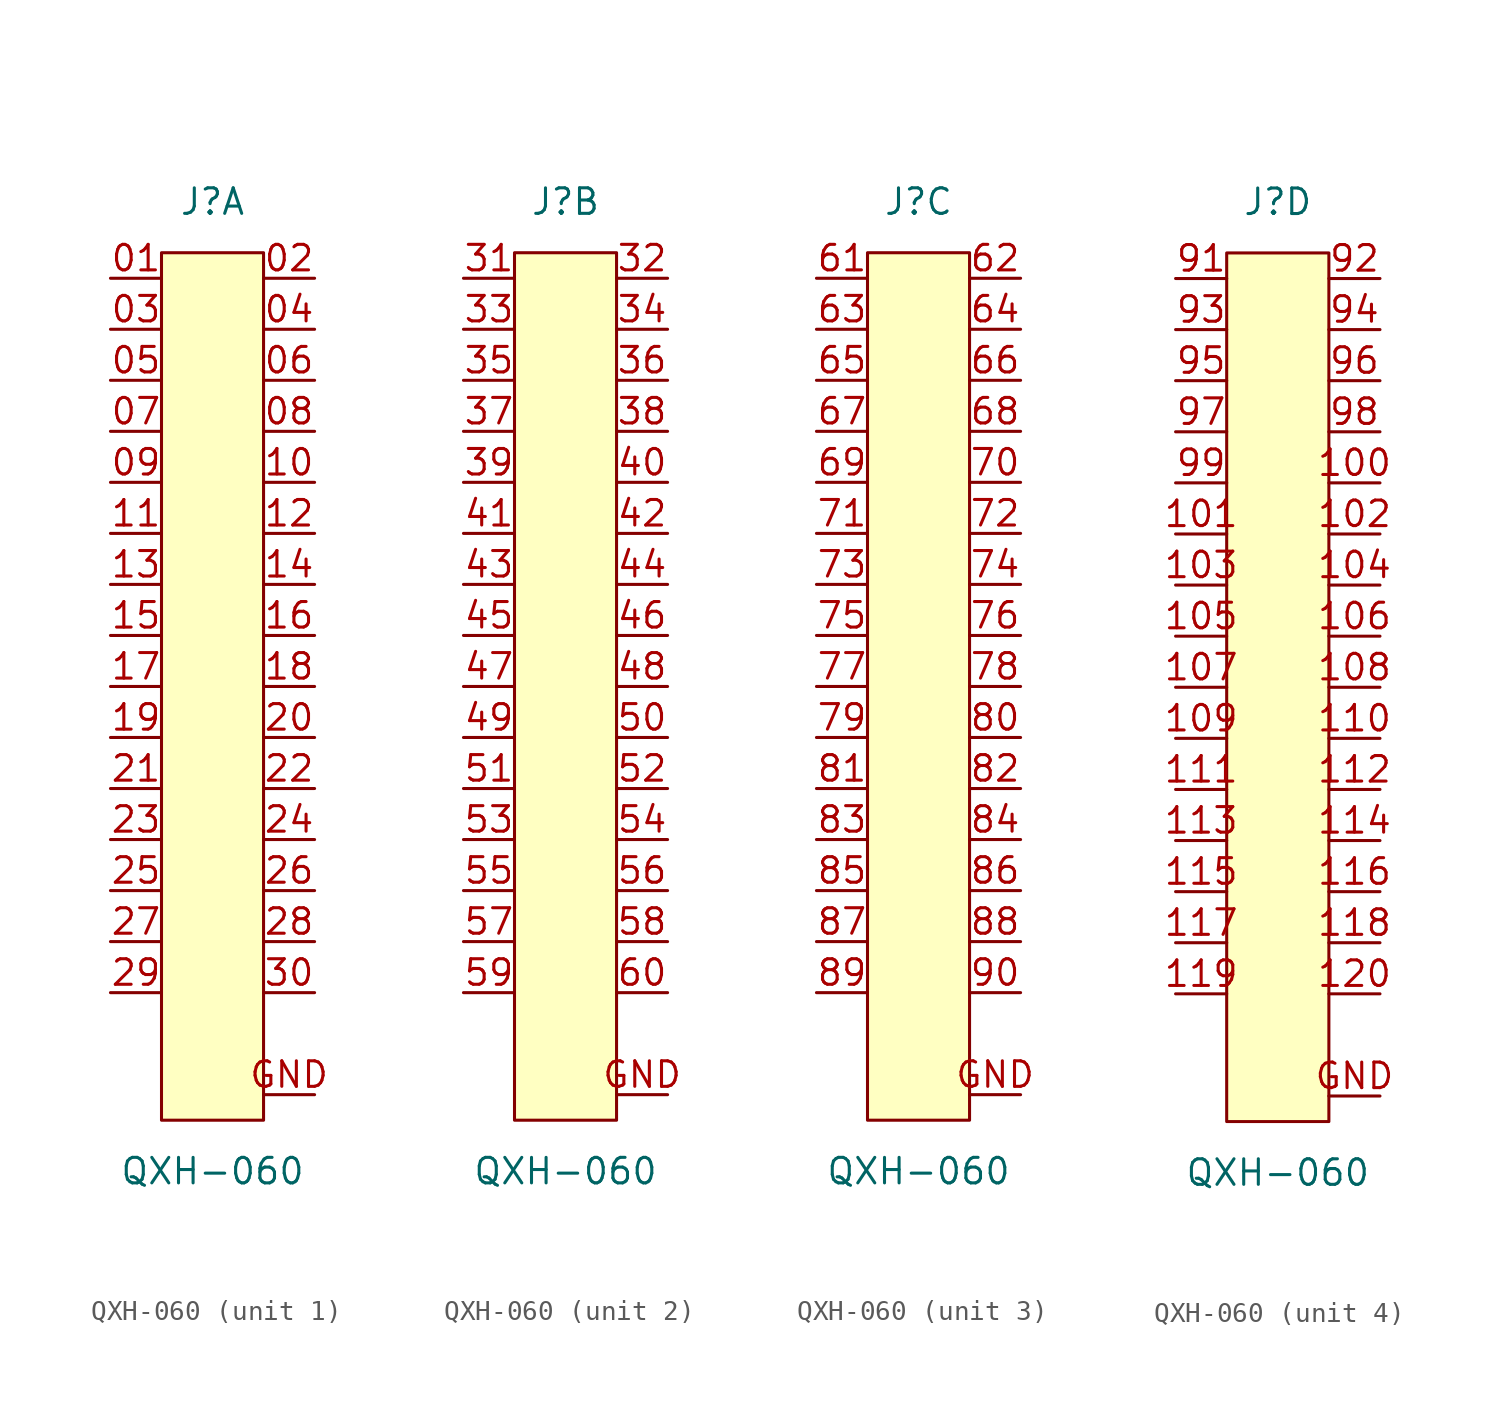
<source format=kicad_sym>
(kicad_symbol_lib
  (version 20241209)
  (generator "kicad_symbol_editor")
  (generator_version "9.0")
  (symbol "QXH-060"
    (pin_names
      (hide yes))
    (property "Reference" "J"
      (at 0 20.32 0)
      (effects (font (size 1.27 1.27))))
    (property "Value" "QXH-060"
      (at 0 -27.94 0)
      (effects (font (size 1.27 1.27))))
    (property "ki_locked" ""
      (at 0 0 0)
      (effects (font (size 1.27 1.27))))
    (symbol "QXH-060_0_1"
      (rectangle (start -2.54 17.78) (end 2.54 -25.4) (stroke (width 0.152) (type default)) (fill (type background))))
    (symbol "QXH-060_1_1"
      (pin passive line (at -5.08 16.51 0) (length 2.54) (name "" (effects (font (size 1.27 1.27)))) (number "01" (effects (font (size 1.27 1.27)))))
      (pin passive line (at -5.08 13.97 0) (length 2.54) (name "" (effects (font (size 1.27 1.27)))) (number "03" (effects (font (size 1.27 1.27)))))
      (pin passive line (at -5.08 11.43 0) (length 2.54) (name "" (effects (font (size 1.27 1.27)))) (number "05" (effects (font (size 1.27 1.27)))))
      (pin passive line (at -5.08 8.89 0) (length 2.54) (name "" (effects (font (size 1.27 1.27)))) (number "07" (effects (font (size 1.27 1.27)))))
      (pin passive line (at -5.08 6.35 0) (length 2.54) (name "" (effects (font (size 1.27 1.27)))) (number "09" (effects (font (size 1.27 1.27)))))
      (pin passive line (at -5.08 3.81 0) (length 2.54) (name "" (effects (font (size 1.27 1.27)))) (number "11" (effects (font (size 1.27 1.27)))))
      (pin passive line (at -5.08 1.27 0) (length 2.54) (name "" (effects (font (size 1.27 1.27)))) (number "13" (effects (font (size 1.27 1.27)))))
      (pin passive line (at -5.08 -1.27 0) (length 2.54) (name "" (effects (font (size 1.27 1.27)))) (number "15" (effects (font (size 1.27 1.27)))))
      (pin passive line (at -5.08 -3.81 0) (length 2.54) (name "" (effects (font (size 1.27 1.27)))) (number "17" (effects (font (size 1.27 1.27)))))
      (pin passive line (at -5.08 -6.35 0) (length 2.54) (name "" (effects (font (size 1.27 1.27)))) (number "19" (effects (font (size 1.27 1.27)))))
      (pin passive line (at -5.08 -8.89 0) (length 2.54) (name "" (effects (font (size 1.27 1.27)))) (number "21" (effects (font (size 1.27 1.27)))))
      (pin passive line (at -5.08 -11.43 0) (length 2.54) (name "" (effects (font (size 1.27 1.27)))) (number "23" (effects (font (size 1.27 1.27)))))
      (pin passive line (at -5.08 -13.97 0) (length 2.54) (name "" (effects (font (size 1.27 1.27)))) (number "25" (effects (font (size 1.27 1.27)))))
      (pin passive line (at -5.08 -16.51 0) (length 2.54) (name "" (effects (font (size 1.27 1.27)))) (number "27" (effects (font (size 1.27 1.27)))))
      (pin passive line (at -5.08 -19.05 0) (length 2.54) (name "" (effects (font (size 1.27 1.27)))) (number "29" (effects (font (size 1.27 1.27)))))
      (pin passive line (at 5.08 16.51 180) (length 2.54) (name "" (effects (font (size 1.27 1.27)))) (number "02" (effects (font (size 1.27 1.27)))))
      (pin passive line (at 5.08 13.97 180) (length 2.54) (name "" (effects (font (size 1.27 1.27)))) (number "04" (effects (font (size 1.27 1.27)))))
      (pin passive line (at 5.08 11.43 180) (length 2.54) (name "" (effects (font (size 1.27 1.27)))) (number "06" (effects (font (size 1.27 1.27)))))
      (pin passive line (at 5.08 8.89 180) (length 2.54) (name "" (effects (font (size 1.27 1.27)))) (number "08" (effects (font (size 1.27 1.27)))))
      (pin passive line (at 5.08 6.35 180) (length 2.54) (name "" (effects (font (size 1.27 1.27)))) (number "10" (effects (font (size 1.27 1.27)))))
      (pin passive line (at 5.08 3.81 180) (length 2.54) (name "" (effects (font (size 1.27 1.27)))) (number "12" (effects (font (size 1.27 1.27)))))
      (pin passive line (at 5.08 1.27 180) (length 2.54) (name "" (effects (font (size 1.27 1.27)))) (number "14" (effects (font (size 1.27 1.27)))))
      (pin passive line (at 5.08 -1.27 180) (length 2.54) (name "" (effects (font (size 1.27 1.27)))) (number "16" (effects (font (size 1.27 1.27)))))
      (pin passive line (at 5.08 -3.81 180) (length 2.54) (name "" (effects (font (size 1.27 1.27)))) (number "18" (effects (font (size 1.27 1.27)))))
      (pin passive line (at 5.08 -6.35 180) (length 2.54) (name "" (effects (font (size 1.27 1.27)))) (number "20" (effects (font (size 1.27 1.27)))))
      (pin passive line (at 5.08 -8.89 180) (length 2.54) (name "" (effects (font (size 1.27 1.27)))) (number "22" (effects (font (size 1.27 1.27)))))
      (pin passive line (at 5.08 -11.43 180) (length 2.54) (name "" (effects (font (size 1.27 1.27)))) (number "24" (effects (font (size 1.27 1.27)))))
      (pin passive line (at 5.08 -13.97 180) (length 2.54) (name "" (effects (font (size 1.27 1.27)))) (number "26" (effects (font (size 1.27 1.27)))))
      (pin passive line (at 5.08 -16.51 180) (length 2.54) (name "" (effects (font (size 1.27 1.27)))) (number "28" (effects (font (size 1.27 1.27)))))
      (pin passive line (at 5.08 -19.05 180) (length 2.54) (name "" (effects (font (size 1.27 1.27)))) (number "30" (effects (font (size 1.27 1.27)))))
      (pin passive line (at 5.08 -24.13 180) (length 2.54) (name "" (effects (font (size 1.27 1.27)))) (number "GND" (effects (font (size 1.27 1.27))))))
    (symbol "QXH-060_2_1"
      (pin passive line (at -5.08 16.51 0) (length 2.54) (name "" (effects (font (size 1.27 1.27)))) (number "31" (effects (font (size 1.27 1.27)))))
      (pin passive line (at -5.08 13.97 0) (length 2.54) (name "" (effects (font (size 1.27 1.27)))) (number "33" (effects (font (size 1.27 1.27)))))
      (pin passive line (at -5.08 11.43 0) (length 2.54) (name "" (effects (font (size 1.27 1.27)))) (number "35" (effects (font (size 1.27 1.27)))))
      (pin passive line (at -5.08 8.89 0) (length 2.54) (name "" (effects (font (size 1.27 1.27)))) (number "37" (effects (font (size 1.27 1.27)))))
      (pin passive line (at -5.08 6.35 0) (length 2.54) (name "" (effects (font (size 1.27 1.27)))) (number "39" (effects (font (size 1.27 1.27)))))
      (pin passive line (at -5.08 3.81 0) (length 2.54) (name "" (effects (font (size 1.27 1.27)))) (number "41" (effects (font (size 1.27 1.27)))))
      (pin passive line (at -5.08 1.27 0) (length 2.54) (name "" (effects (font (size 1.27 1.27)))) (number "43" (effects (font (size 1.27 1.27)))))
      (pin passive line (at -5.08 -1.27 0) (length 2.54) (name "" (effects (font (size 1.27 1.27)))) (number "45" (effects (font (size 1.27 1.27)))))
      (pin passive line (at -5.08 -3.81 0) (length 2.54) (name "" (effects (font (size 1.27 1.27)))) (number "47" (effects (font (size 1.27 1.27)))))
      (pin passive line (at -5.08 -6.35 0) (length 2.54) (name "" (effects (font (size 1.27 1.27)))) (number "49" (effects (font (size 1.27 1.27)))))
      (pin passive line (at -5.08 -8.89 0) (length 2.54) (name "" (effects (font (size 1.27 1.27)))) (number "51" (effects (font (size 1.27 1.27)))))
      (pin passive line (at -5.08 -11.43 0) (length 2.54) (name "" (effects (font (size 1.27 1.27)))) (number "53" (effects (font (size 1.27 1.27)))))
      (pin passive line (at -5.08 -13.97 0) (length 2.54) (name "" (effects (font (size 1.27 1.27)))) (number "55" (effects (font (size 1.27 1.27)))))
      (pin passive line (at -5.08 -16.51 0) (length 2.54) (name "" (effects (font (size 1.27 1.27)))) (number "57" (effects (font (size 1.27 1.27)))))
      (pin passive line (at -5.08 -19.05 0) (length 2.54) (name "" (effects (font (size 1.27 1.27)))) (number "59" (effects (font (size 1.27 1.27)))))
      (pin passive line (at 5.08 16.51 180) (length 2.54) (name "" (effects (font (size 1.27 1.27)))) (number "32" (effects (font (size 1.27 1.27)))))
      (pin passive line (at 5.08 13.97 180) (length 2.54) (name "" (effects (font (size 1.27 1.27)))) (number "34" (effects (font (size 1.27 1.27)))))
      (pin passive line (at 5.08 11.43 180) (length 2.54) (name "" (effects (font (size 1.27 1.27)))) (number "36" (effects (font (size 1.27 1.27)))))
      (pin passive line (at 5.08 8.89 180) (length 2.54) (name "" (effects (font (size 1.27 1.27)))) (number "38" (effects (font (size 1.27 1.27)))))
      (pin passive line (at 5.08 6.35 180) (length 2.54) (name "" (effects (font (size 1.27 1.27)))) (number "40" (effects (font (size 1.27 1.27)))))
      (pin passive line (at 5.08 3.81 180) (length 2.54) (name "" (effects (font (size 1.27 1.27)))) (number "42" (effects (font (size 1.27 1.27)))))
      (pin passive line (at 5.08 1.27 180) (length 2.54) (name "" (effects (font (size 1.27 1.27)))) (number "44" (effects (font (size 1.27 1.27)))))
      (pin passive line (at 5.08 -1.27 180) (length 2.54) (name "" (effects (font (size 1.27 1.27)))) (number "46" (effects (font (size 1.27 1.27)))))
      (pin passive line (at 5.08 -3.81 180) (length 2.54) (name "" (effects (font (size 1.27 1.27)))) (number "48" (effects (font (size 1.27 1.27)))))
      (pin passive line (at 5.08 -6.35 180) (length 2.54) (name "" (effects (font (size 1.27 1.27)))) (number "50" (effects (font (size 1.27 1.27)))))
      (pin passive line (at 5.08 -8.89 180) (length 2.54) (name "" (effects (font (size 1.27 1.27)))) (number "52" (effects (font (size 1.27 1.27)))))
      (pin passive line (at 5.08 -11.43 180) (length 2.54) (name "" (effects (font (size 1.27 1.27)))) (number "54" (effects (font (size 1.27 1.27)))))
      (pin passive line (at 5.08 -13.97 180) (length 2.54) (name "" (effects (font (size 1.27 1.27)))) (number "56" (effects (font (size 1.27 1.27)))))
      (pin passive line (at 5.08 -16.51 180) (length 2.54) (name "" (effects (font (size 1.27 1.27)))) (number "58" (effects (font (size 1.27 1.27)))))
      (pin passive line (at 5.08 -19.05 180) (length 2.54) (name "" (effects (font (size 1.27 1.27)))) (number "60" (effects (font (size 1.27 1.27)))))
      (pin passive line (at 5.08 -24.13 180) (length 2.54) (name "" (effects (font (size 1.27 1.27)))) (number "GND" (effects (font (size 1.27 1.27))))))
    (symbol "QXH-060_3_1"
      (pin passive line (at -5.08 16.51 0) (length 2.54) (name "" (effects (font (size 1.27 1.27)))) (number "61" (effects (font (size 1.27 1.27)))))
      (pin passive line (at -5.08 13.97 0) (length 2.54) (name "" (effects (font (size 1.27 1.27)))) (number "63" (effects (font (size 1.27 1.27)))))
      (pin passive line (at -5.08 11.43 0) (length 2.54) (name "" (effects (font (size 1.27 1.27)))) (number "65" (effects (font (size 1.27 1.27)))))
      (pin passive line (at -5.08 8.89 0) (length 2.54) (name "" (effects (font (size 1.27 1.27)))) (number "67" (effects (font (size 1.27 1.27)))))
      (pin passive line (at -5.08 6.35 0) (length 2.54) (name "" (effects (font (size 1.27 1.27)))) (number "69" (effects (font (size 1.27 1.27)))))
      (pin passive line (at -5.08 3.81 0) (length 2.54) (name "" (effects (font (size 1.27 1.27)))) (number "71" (effects (font (size 1.27 1.27)))))
      (pin passive line (at -5.08 1.27 0) (length 2.54) (name "" (effects (font (size 1.27 1.27)))) (number "73" (effects (font (size 1.27 1.27)))))
      (pin passive line (at -5.08 -1.27 0) (length 2.54) (name "" (effects (font (size 1.27 1.27)))) (number "75" (effects (font (size 1.27 1.27)))))
      (pin passive line (at -5.08 -3.81 0) (length 2.54) (name "" (effects (font (size 1.27 1.27)))) (number "77" (effects (font (size 1.27 1.27)))))
      (pin passive line (at -5.08 -6.35 0) (length 2.54) (name "" (effects (font (size 1.27 1.27)))) (number "79" (effects (font (size 1.27 1.27)))))
      (pin passive line (at -5.08 -8.89 0) (length 2.54) (name "" (effects (font (size 1.27 1.27)))) (number "81" (effects (font (size 1.27 1.27)))))
      (pin passive line (at -5.08 -11.43 0) (length 2.54) (name "" (effects (font (size 1.27 1.27)))) (number "83" (effects (font (size 1.27 1.27)))))
      (pin passive line (at -5.08 -13.97 0) (length 2.54) (name "" (effects (font (size 1.27 1.27)))) (number "85" (effects (font (size 1.27 1.27)))))
      (pin passive line (at -5.08 -16.51 0) (length 2.54) (name "" (effects (font (size 1.27 1.27)))) (number "87" (effects (font (size 1.27 1.27)))))
      (pin passive line (at -5.08 -19.05 0) (length 2.54) (name "" (effects (font (size 1.27 1.27)))) (number "89" (effects (font (size 1.27 1.27)))))
      (pin passive line (at 5.08 16.51 180) (length 2.54) (name "" (effects (font (size 1.27 1.27)))) (number "62" (effects (font (size 1.27 1.27)))))
      (pin passive line (at 5.08 13.97 180) (length 2.54) (name "" (effects (font (size 1.27 1.27)))) (number "64" (effects (font (size 1.27 1.27)))))
      (pin passive line (at 5.08 11.43 180) (length 2.54) (name "" (effects (font (size 1.27 1.27)))) (number "66" (effects (font (size 1.27 1.27)))))
      (pin passive line (at 5.08 8.89 180) (length 2.54) (name "" (effects (font (size 1.27 1.27)))) (number "68" (effects (font (size 1.27 1.27)))))
      (pin passive line (at 5.08 6.35 180) (length 2.54) (name "" (effects (font (size 1.27 1.27)))) (number "70" (effects (font (size 1.27 1.27)))))
      (pin passive line (at 5.08 3.81 180) (length 2.54) (name "" (effects (font (size 1.27 1.27)))) (number "72" (effects (font (size 1.27 1.27)))))
      (pin passive line (at 5.08 1.27 180) (length 2.54) (name "" (effects (font (size 1.27 1.27)))) (number "74" (effects (font (size 1.27 1.27)))))
      (pin passive line (at 5.08 -1.27 180) (length 2.54) (name "" (effects (font (size 1.27 1.27)))) (number "76" (effects (font (size 1.27 1.27)))))
      (pin passive line (at 5.08 -3.81 180) (length 2.54) (name "" (effects (font (size 1.27 1.27)))) (number "78" (effects (font (size 1.27 1.27)))))
      (pin passive line (at 5.08 -6.35 180) (length 2.54) (name "" (effects (font (size 1.27 1.27)))) (number "80" (effects (font (size 1.27 1.27)))))
      (pin passive line (at 5.08 -8.89 180) (length 2.54) (name "" (effects (font (size 1.27 1.27)))) (number "82" (effects (font (size 1.27 1.27)))))
      (pin passive line (at 5.08 -11.43 180) (length 2.54) (name "" (effects (font (size 1.27 1.27)))) (number "84" (effects (font (size 1.27 1.27)))))
      (pin passive line (at 5.08 -13.97 180) (length 2.54) (name "" (effects (font (size 1.27 1.27)))) (number "86" (effects (font (size 1.27 1.27)))))
      (pin passive line (at 5.08 -16.51 180) (length 2.54) (name "" (effects (font (size 1.27 1.27)))) (number "88" (effects (font (size 1.27 1.27)))))
      (pin passive line (at 5.08 -19.05 180) (length 2.54) (name "" (effects (font (size 1.27 1.27)))) (number "90" (effects (font (size 1.27 1.27)))))
      (pin passive line (at 5.08 -24.13 180) (length 2.54) (name "" (effects (font (size 1.27 1.27)))) (number "GND" (effects (font (size 1.27 1.27))))))
    (symbol "QXH-060_4_1"
      (pin passive line (at -5.08 16.51 0) (length 2.54) (name "" (effects (font (size 1.27 1.27)))) (number "91" (effects (font (size 1.27 1.27)))))
      (pin passive line (at -5.08 13.97 0) (length 2.54) (name "" (effects (font (size 1.27 1.27)))) (number "93" (effects (font (size 1.27 1.27)))))
      (pin passive line (at -5.08 11.43 0) (length 2.54) (name "" (effects (font (size 1.27 1.27)))) (number "95" (effects (font (size 1.27 1.27)))))
      (pin passive line (at -5.08 8.89 0) (length 2.54) (name "" (effects (font (size 1.27 1.27)))) (number "97" (effects (font (size 1.27 1.27)))))
      (pin passive line (at -5.08 6.35 0) (length 2.54) (name "" (effects (font (size 1.27 1.27)))) (number "99" (effects (font (size 1.27 1.27)))))
      (pin passive line (at -5.08 3.81 0) (length 2.54) (name "" (effects (font (size 1.27 1.27)))) (number "101" (effects (font (size 1.27 1.27)))))
      (pin passive line (at -5.08 1.27 0) (length 2.54) (name "" (effects (font (size 1.27 1.27)))) (number "103" (effects (font (size 1.27 1.27)))))
      (pin passive line (at -5.08 -1.27 0) (length 2.54) (name "" (effects (font (size 1.27 1.27)))) (number "105" (effects (font (size 1.27 1.27)))))
      (pin passive line (at -5.08 -3.81 0) (length 2.54) (name "" (effects (font (size 1.27 1.27)))) (number "107" (effects (font (size 1.27 1.27)))))
      (pin passive line (at -5.08 -6.35 0) (length 2.54) (name "" (effects (font (size 1.27 1.27)))) (number "109" (effects (font (size 1.27 1.27)))))
      (pin passive line (at -5.08 -8.89 0) (length 2.54) (name "" (effects (font (size 1.27 1.27)))) (number "111" (effects (font (size 1.27 1.27)))))
      (pin passive line (at -5.08 -11.43 0) (length 2.54) (name "" (effects (font (size 1.27 1.27)))) (number "113" (effects (font (size 1.27 1.27)))))
      (pin passive line (at -5.08 -13.97 0) (length 2.54) (name "" (effects (font (size 1.27 1.27)))) (number "115" (effects (font (size 1.27 1.27)))))
      (pin passive line (at -5.08 -16.51 0) (length 2.54) (name "" (effects (font (size 1.27 1.27)))) (number "117" (effects (font (size 1.27 1.27)))))
      (pin passive line (at -5.08 -19.05 0) (length 2.54) (name "" (effects (font (size 1.27 1.27)))) (number "119" (effects (font (size 1.27 1.27)))))
      (pin passive line (at 5.08 16.51 180) (length 2.54) (name "" (effects (font (size 1.27 1.27)))) (number "92" (effects (font (size 1.27 1.27)))))
      (pin passive line (at 5.08 13.97 180) (length 2.54) (name "" (effects (font (size 1.27 1.27)))) (number "94" (effects (font (size 1.27 1.27)))))
      (pin passive line (at 5.08 11.43 180) (length 2.54) (name "" (effects (font (size 1.27 1.27)))) (number "96" (effects (font (size 1.27 1.27)))))
      (pin passive line (at 5.08 8.89 180) (length 2.54) (name "" (effects (font (size 1.27 1.27)))) (number "98" (effects (font (size 1.27 1.27)))))
      (pin passive line (at 5.08 6.35 180) (length 2.54) (name "" (effects (font (size 1.27 1.27)))) (number "100" (effects (font (size 1.27 1.27)))))
      (pin passive line (at 5.08 3.81 180) (length 2.54) (name "" (effects (font (size 1.27 1.27)))) (number "102" (effects (font (size 1.27 1.27)))))
      (pin passive line (at 5.08 1.27 180) (length 2.54) (name "" (effects (font (size 1.27 1.27)))) (number "104" (effects (font (size 1.27 1.27)))))
      (pin passive line (at 5.08 -1.27 180) (length 2.54) (name "" (effects (font (size 1.27 1.27)))) (number "106" (effects (font (size 1.27 1.27)))))
      (pin passive line (at 5.08 -3.81 180) (length 2.54) (name "" (effects (font (size 1.27 1.27)))) (number "108" (effects (font (size 1.27 1.27)))))
      (pin passive line (at 5.08 -6.35 180) (length 2.54) (name "" (effects (font (size 1.27 1.27)))) (number "110" (effects (font (size 1.27 1.27)))))
      (pin passive line (at 5.08 -8.89 180) (length 2.54) (name "" (effects (font (size 1.27 1.27)))) (number "112" (effects (font (size 1.27 1.27)))))
      (pin passive line (at 5.08 -11.43 180) (length 2.54) (name "" (effects (font (size 1.27 1.27)))) (number "114" (effects (font (size 1.27 1.27)))))
      (pin passive line (at 5.08 -13.97 180) (length 2.54) (name "" (effects (font (size 1.27 1.27)))) (number "116" (effects (font (size 1.27 1.27)))))
      (pin passive line (at 5.08 -16.51 180) (length 2.54) (name "" (effects (font (size 1.27 1.27)))) (number "118" (effects (font (size 1.27 1.27)))))
      (pin passive line (at 5.08 -19.05 180) (length 2.54) (name "" (effects (font (size 1.27 1.27)))) (number "120" (effects (font (size 1.27 1.27)))))
      (pin passive line (at 5.08 -24.13 180) (length 2.54) (name "" (effects (font (size 1.27 1.27)))) (number "GND" (effects (font (size 1.27 1.27))))))))
</source>
